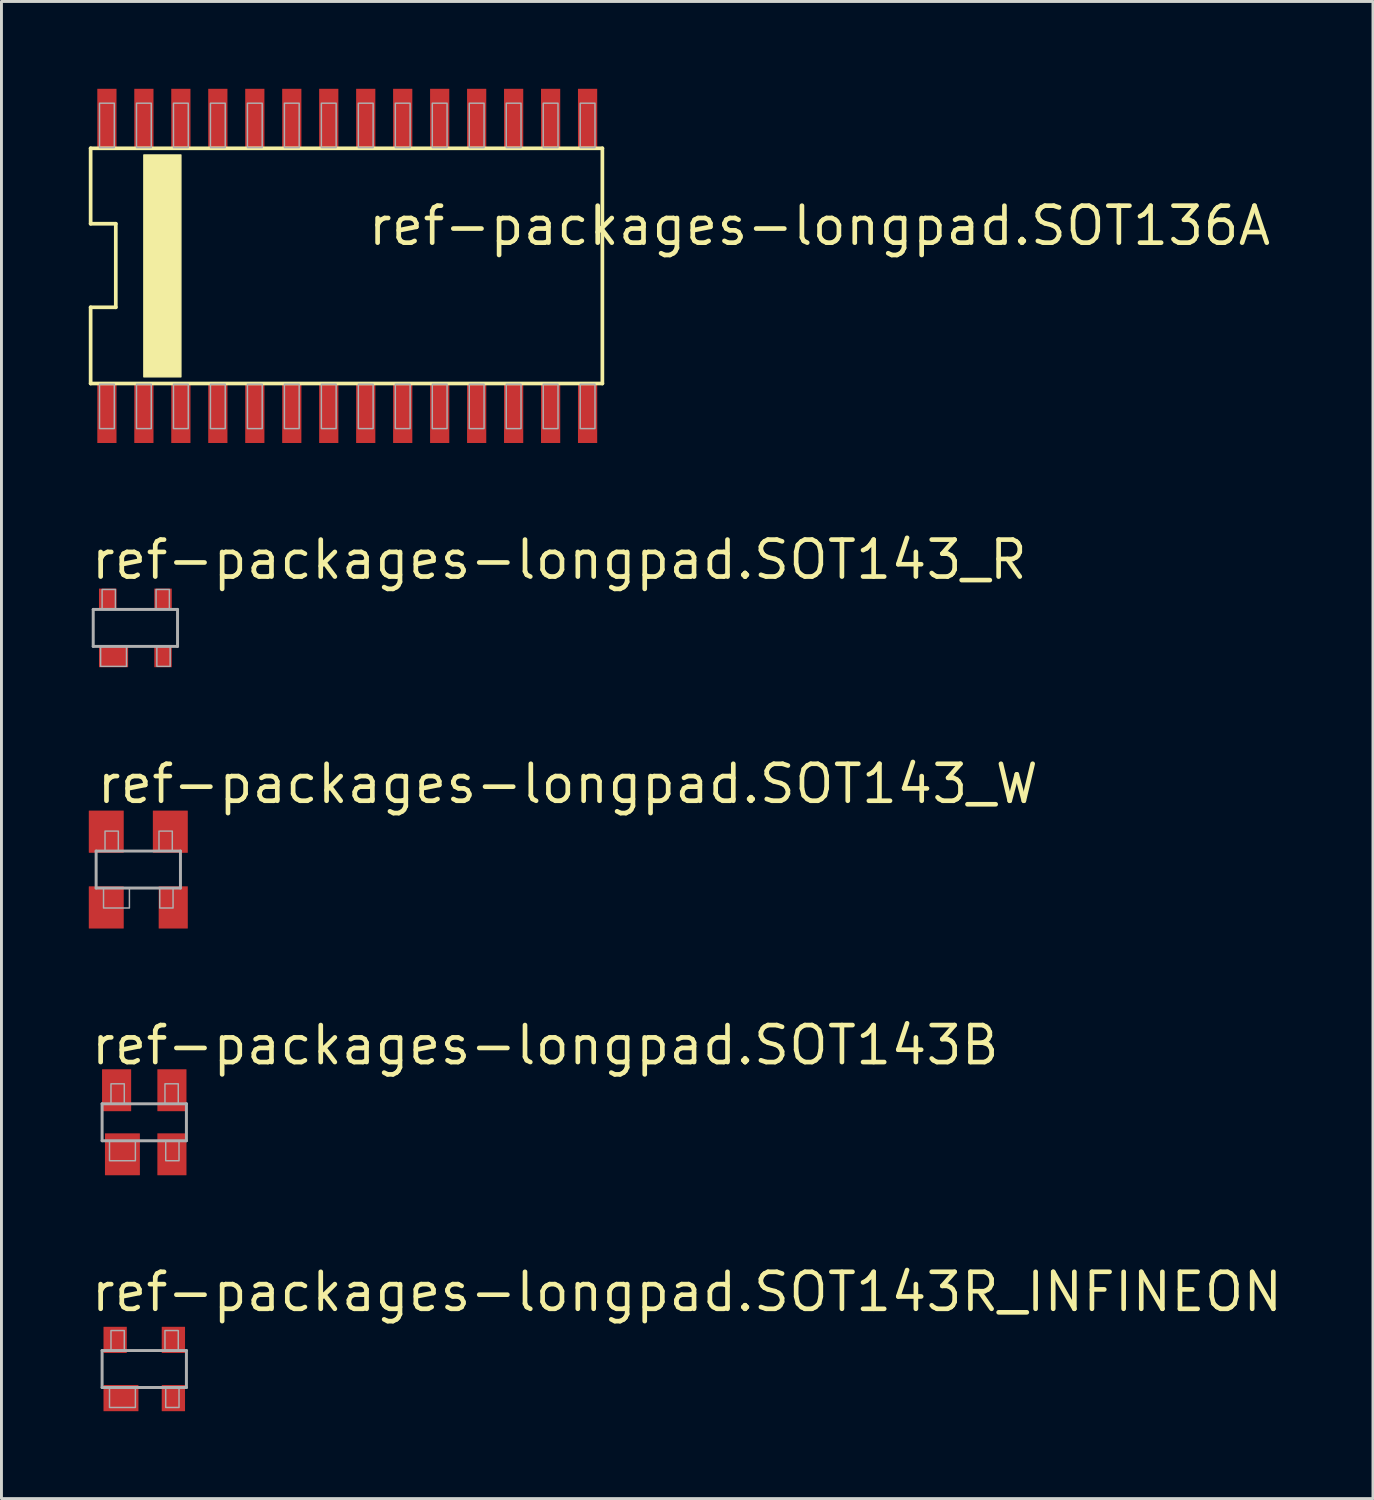
<source format=kicad_pcb>
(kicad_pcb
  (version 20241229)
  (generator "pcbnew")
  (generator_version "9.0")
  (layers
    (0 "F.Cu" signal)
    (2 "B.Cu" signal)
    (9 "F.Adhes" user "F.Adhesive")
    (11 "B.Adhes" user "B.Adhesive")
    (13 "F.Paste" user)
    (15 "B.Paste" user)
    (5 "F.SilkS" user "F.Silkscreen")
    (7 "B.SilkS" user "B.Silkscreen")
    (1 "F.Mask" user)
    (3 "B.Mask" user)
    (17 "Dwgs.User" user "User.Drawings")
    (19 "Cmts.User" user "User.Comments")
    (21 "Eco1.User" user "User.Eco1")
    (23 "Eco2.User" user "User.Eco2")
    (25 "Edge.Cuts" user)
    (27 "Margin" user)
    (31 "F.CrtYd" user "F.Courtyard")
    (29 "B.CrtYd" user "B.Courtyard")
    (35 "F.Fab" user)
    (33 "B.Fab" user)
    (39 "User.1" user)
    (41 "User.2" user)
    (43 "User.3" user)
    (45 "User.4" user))
  (footprint "ref-packages-longpad.SOT143_W"
    (layer "F.Cu")
    (at 1.7 26.817)
    (property "Reference" "ref-packages-longpad.SOT143_W" (at -1.5 -2.2 0) (layer "F.SilkS") (effects (font (size 1.27 1.27) (thickness 0.16)) (justify left bottom)))
    (attr smd)
    (fp_line (start -1.448 -0.635) (end 1.448 -0.635) (stroke (width 0.102) (type default)) (layer "F.Fab"))
    (fp_line (start -1.448 0.635) (end -1.448 -0.635) (stroke (width 0.102) (type default)) (layer "F.Fab"))
    (fp_line (start -1.448 0.635) (end 1.448 0.635) (stroke (width 0.102) (type default)) (layer "F.Fab"))
    (fp_line (start 1.448 0.635) (end 1.448 -0.635) (stroke (width 0.102) (type default)) (layer "F.Fab"))
    (fp_rect (start -1.194 1.321) (end -0.305 0.635) (stroke (width 0.05) (type default)) (fill no) (layer "F.Fab"))
    (fp_rect (start -1.143 -0.635) (end -0.686 -1.321) (stroke (width 0.05) (type default)) (fill no) (layer "F.Fab"))
    (fp_rect (start 0.711 -0.635) (end 1.168 -1.321) (stroke (width 0.05) (type default)) (fill no) (layer "F.Fab"))
    (fp_rect (start 0.737 1.321) (end 1.194 0.635) (stroke (width 0.05) (type default)) (fill no) (layer "F.Fab"))
    (pad "1" smd roundrect (at -1.1 1.3) (size 1.2 1.45) (layers "F.Cu" "F.Mask" "F.Paste") (roundrect_rratio 0.01))
    (pad "2" smd roundrect (at 1.2 1.3) (size 1 1.45) (layers "F.Cu" "F.Mask" "F.Paste") (roundrect_rratio 0.01))
    (pad "3" smd roundrect (at 1.1 -1.3) (size 1.2 1.45) (layers "F.Cu" "F.Mask" "F.Paste") (roundrect_rratio 0.01))
    (pad "4" smd roundrect (at -1.1 -1.3) (size 1.2 1.45) (layers "F.Cu" "F.Mask" "F.Paste") (roundrect_rratio 0.01)))
  (footprint "ref-packages-longpad.SOT143R_INFINEON"
    (layer "F.Cu")
    (at 1.905 43.972)
    (property "Reference" "ref-packages-longpad.SOT143R_INFINEON" (at -1.905 -1.905 0) (layer "F.SilkS") (effects (font (size 1.27 1.27) (thickness 0.16)) (justify left bottom)))
    (attr smd)
    (fp_line (start -1.448 -0.635) (end 1.448 -0.635) (stroke (width 0.102) (type default)) (layer "F.Fab"))
    (fp_line (start -1.448 0.635) (end -1.448 -0.635) (stroke (width 0.102) (type default)) (layer "F.Fab"))
    (fp_line (start 1.448 0.635) (end -1.448 0.635) (stroke (width 0.102) (type default)) (layer "F.Fab"))
    (fp_line (start 1.448 0.635) (end 1.448 -0.635) (stroke (width 0.102) (type default)) (layer "F.Fab"))
    (fp_rect (start -1.194 1.321) (end -0.305 0.635) (stroke (width 0.05) (type default)) (fill no) (layer "F.Fab"))
    (fp_rect (start -1.143 -0.635) (end -0.686 -1.321) (stroke (width 0.05) (type default)) (fill no) (layer "F.Fab"))
    (fp_rect (start 0.711 -0.635) (end 1.168 -1.321) (stroke (width 0.05) (type default)) (fill no) (layer "F.Fab"))
    (fp_rect (start 0.737 1.321) (end 1.194 0.635) (stroke (width 0.05) (type default)) (fill no) (layer "F.Fab"))
    (pad "1" smd roundrect (at -0.8 1) (size 1.2 0.9) (layers "F.Cu" "F.Mask" "F.Paste") (roundrect_rratio 0.01))
    (pad "2" smd roundrect (at 1 1) (size 0.8 0.9) (layers "F.Cu" "F.Mask" "F.Paste") (roundrect_rratio 0.01))
    (pad "3" smd roundrect (at 1 -1) (size 0.8 0.9) (layers "F.Cu" "F.Mask" "F.Paste") (roundrect_rratio 0.01))
    (pad "4" smd roundrect (at -1 -1) (size 0.8 0.9) (layers "F.Cu" "F.Mask" "F.Paste") (roundrect_rratio 0.01)))
  (footprint "ref-packages-longpad.SOT143_R"
    (layer "F.Cu")
    (at 1.6 18.517)
    (property "Reference" "ref-packages-longpad.SOT143_R" (at -1.6 -1.6 0) (layer "F.SilkS") (effects (font (size 1.27 1.27) (thickness 0.16)) (justify left bottom)))
    (attr smd)
    (fp_line (start -1.448 -0.635) (end 1.448 -0.635) (stroke (width 0.102) (type default)) (layer "F.Fab"))
    (fp_line (start -1.448 0.635) (end -1.448 -0.635) (stroke (width 0.102) (type default)) (layer "F.Fab"))
    (fp_line (start -1.448 0.635) (end 1.448 0.635) (stroke (width 0.102) (type default)) (layer "F.Fab"))
    (fp_line (start 1.448 0.635) (end 1.448 -0.635) (stroke (width 0.102) (type default)) (layer "F.Fab"))
    (fp_rect (start -1.194 1.321) (end -0.305 0.635) (stroke (width 0.05) (type default)) (fill no) (layer "F.Fab"))
    (fp_rect (start -1.143 -0.635) (end -0.686 -1.321) (stroke (width 0.05) (type default)) (fill no) (layer "F.Fab"))
    (fp_rect (start 0.711 -0.635) (end 1.168 -1.321) (stroke (width 0.05) (type default)) (fill no) (layer "F.Fab"))
    (fp_rect (start 0.737 1.321) (end 1.194 0.635) (stroke (width 0.05) (type default)) (fill no) (layer "F.Fab"))
    (pad "1" smd roundrect (at -0.75 1) (size 1 0.7) (layers "F.Cu" "F.Mask" "F.Paste") (roundrect_rratio 0.01))
    (pad "2" smd roundrect (at 0.95 1) (size 0.6 0.7) (layers "F.Cu" "F.Mask" "F.Paste") (roundrect_rratio 0.01))
    (pad "3" smd roundrect (at 0.95 -1) (size 0.6 0.7) (layers "F.Cu" "F.Mask" "F.Paste") (roundrect_rratio 0.01))
    (pad "4" smd roundrect (at -0.95 -1) (size 0.6 0.7) (layers "F.Cu" "F.Mask" "F.Paste") (roundrect_rratio 0.01)))
  (footprint "ref-packages-longpad.SOT143B"
    (layer "F.Cu")
    (at 1.905 35.497)
    (property "Reference" "ref-packages-longpad.SOT143B" (at -1.905 -1.905 0) (layer "F.SilkS") (effects (font (size 1.27 1.27) (thickness 0.16)) (justify left bottom)))
    (attr smd)
    (fp_line (start -1.448 -0.635) (end 1.448 -0.635) (stroke (width 0.102) (type default)) (layer "F.Fab"))
    (fp_line (start -1.448 0.635) (end -1.448 -0.635) (stroke (width 0.102) (type default)) (layer "F.Fab"))
    (fp_line (start -1.448 0.635) (end 1.448 0.635) (stroke (width 0.102) (type default)) (layer "F.Fab"))
    (fp_line (start 1.448 0.635) (end 1.448 -0.635) (stroke (width 0.102) (type default)) (layer "F.Fab"))
    (fp_rect (start -1.194 1.321) (end -0.305 0.635) (stroke (width 0.05) (type default)) (fill no) (layer "F.Fab"))
    (fp_rect (start -1.143 -0.635) (end -0.686 -1.321) (stroke (width 0.05) (type default)) (fill no) (layer "F.Fab"))
    (fp_rect (start 0.711 -0.635) (end 1.168 -1.321) (stroke (width 0.05) (type default)) (fill no) (layer "F.Fab"))
    (fp_rect (start 0.737 1.321) (end 1.194 0.635) (stroke (width 0.05) (type default)) (fill no) (layer "F.Fab"))
    (pad "1" smd roundrect (at -0.75 1.1) (size 1.2 1.44) (layers "F.Cu" "F.Mask" "F.Paste") (roundrect_rratio 0.01))
    (pad "2" smd roundrect (at 0.95 1.1) (size 1 1.44) (layers "F.Cu" "F.Mask" "F.Paste") (roundrect_rratio 0.01))
    (pad "3" smd roundrect (at 0.95 -1.1) (size 1 1.44) (layers "F.Cu" "F.Mask" "F.Paste") (roundrect_rratio 0.01))
    (pad "4" smd roundrect (at -0.95 -1.1) (size 1 1.44) (layers "F.Cu" "F.Mask" "F.Paste") (roundrect_rratio 0.01)))
  (footprint "ref-packages-longpad.SOT136A"
    (layer "F.Cu")
    (at 8.877 6.083)
    (property "Reference" "ref-packages-longpad.SOT136A" (at 0.635 -0.635 0) (layer "F.SilkS") (effects (font (size 1.27 1.27) (thickness 0.16)) (justify left bottom)))
    (attr smd)
    (fp_line (start -8.814 -4.039) (end -8.814 -1.448) (stroke (width 0.127) (type default)) (layer "F.SilkS"))
    (fp_line (start -8.814 -1.448) (end -7.95 -1.448) (stroke (width 0.127) (type default)) (layer "F.SilkS"))
    (fp_line (start -8.814 1.422) (end -8.814 4.039) (stroke (width 0.127) (type default)) (layer "F.SilkS"))
    (fp_line (start -8.814 4.039) (end 8.763 4.039) (stroke (width 0.127) (type default)) (layer "F.SilkS"))
    (fp_line (start -7.95 -1.448) (end -7.95 1.422) (stroke (width 0.127) (type default)) (layer "F.SilkS"))
    (fp_line (start -7.95 1.422) (end -8.814 1.422) (stroke (width 0.127) (type default)) (layer "F.SilkS"))
    (fp_line (start 8.763 -4.039) (end -8.814 -4.039) (stroke (width 0.127) (type default)) (layer "F.SilkS"))
    (fp_line (start 8.763 4.039) (end 8.763 -4.039) (stroke (width 0.127) (type default)) (layer "F.SilkS"))
    (fp_rect (start -6.985 3.81) (end -5.715 -3.81) (stroke (width 0.05) (type default)) (fill yes) (layer "F.SilkS"))
    (fp_rect (start -8.509 -4.064) (end -8.001 -5.588) (stroke (width 0.05) (type default)) (fill no) (layer "F.Fab"))
    (fp_rect (start -8.509 5.588) (end -8.001 4.064) (stroke (width 0.05) (type default)) (fill no) (layer "F.Fab"))
    (fp_rect (start -7.239 -4.064) (end -6.731 -5.588) (stroke (width 0.05) (type default)) (fill no) (layer "F.Fab"))
    (fp_rect (start -7.239 5.588) (end -6.731 4.064) (stroke (width 0.05) (type default)) (fill no) (layer "F.Fab"))
    (fp_rect (start -5.969 -4.064) (end -5.461 -5.588) (stroke (width 0.05) (type default)) (fill no) (layer "F.Fab"))
    (fp_rect (start -5.969 5.588) (end -5.461 4.064) (stroke (width 0.05) (type default)) (fill no) (layer "F.Fab"))
    (fp_rect (start -4.699 -4.064) (end -4.191 -5.588) (stroke (width 0.05) (type default)) (fill no) (layer "F.Fab"))
    (fp_rect (start -4.699 5.588) (end -4.191 4.064) (stroke (width 0.05) (type default)) (fill no) (layer "F.Fab"))
    (fp_rect (start -3.429 -4.064) (end -2.921 -5.588) (stroke (width 0.05) (type default)) (fill no) (layer "F.Fab"))
    (fp_rect (start -3.429 5.588) (end -2.921 4.064) (stroke (width 0.05) (type default)) (fill no) (layer "F.Fab"))
    (fp_rect (start -2.159 -4.064) (end -1.651 -5.588) (stroke (width 0.05) (type default)) (fill no) (layer "F.Fab"))
    (fp_rect (start -2.159 5.588) (end -1.651 4.064) (stroke (width 0.05) (type default)) (fill no) (layer "F.Fab"))
    (fp_rect (start -0.889 -4.064) (end -0.381 -5.588) (stroke (width 0.05) (type default)) (fill no) (layer "F.Fab"))
    (fp_rect (start -0.889 5.588) (end -0.381 4.064) (stroke (width 0.05) (type default)) (fill no) (layer "F.Fab"))
    (fp_rect (start 0.381 -4.064) (end 0.889 -5.588) (stroke (width 0.05) (type default)) (fill no) (layer "F.Fab"))
    (fp_rect (start 0.381 5.588) (end 0.889 4.064) (stroke (width 0.05) (type default)) (fill no) (layer "F.Fab"))
    (fp_rect (start 1.651 -4.064) (end 2.159 -5.588) (stroke (width 0.05) (type default)) (fill no) (layer "F.Fab"))
    (fp_rect (start 1.651 5.588) (end 2.159 4.064) (stroke (width 0.05) (type default)) (fill no) (layer "F.Fab"))
    (fp_rect (start 2.921 -4.064) (end 3.429 -5.588) (stroke (width 0.05) (type default)) (fill no) (layer "F.Fab"))
    (fp_rect (start 2.921 5.588) (end 3.429 4.064) (stroke (width 0.05) (type default)) (fill no) (layer "F.Fab"))
    (fp_rect (start 4.191 -4.064) (end 4.699 -5.588) (stroke (width 0.05) (type default)) (fill no) (layer "F.Fab"))
    (fp_rect (start 4.191 5.588) (end 4.699 4.064) (stroke (width 0.05) (type default)) (fill no) (layer "F.Fab"))
    (fp_rect (start 5.461 -4.064) (end 5.969 -5.588) (stroke (width 0.05) (type default)) (fill no) (layer "F.Fab"))
    (fp_rect (start 5.461 5.588) (end 5.969 4.064) (stroke (width 0.05) (type default)) (fill no) (layer "F.Fab"))
    (fp_rect (start 6.731 -4.064) (end 7.239 -5.588) (stroke (width 0.05) (type default)) (fill no) (layer "F.Fab"))
    (fp_rect (start 6.731 5.588) (end 7.239 4.064) (stroke (width 0.05) (type default)) (fill no) (layer "F.Fab"))
    (fp_rect (start 8.001 -4.064) (end 8.509 -5.588) (stroke (width 0.05) (type default)) (fill no) (layer "F.Fab"))
    (fp_rect (start 8.001 5.588) (end 8.509 4.064) (stroke (width 0.05) (type default)) (fill no) (layer "F.Fab"))
    (pad "1" smd roundrect (at -8.255 5.08) (size 0.66 2.007) (layers "F.Cu" "F.Mask" "F.Paste") (roundrect_rratio 0.01))
    (pad "2" smd roundrect (at -6.985 5.08) (size 0.66 2.007) (layers "F.Cu" "F.Mask" "F.Paste") (roundrect_rratio 0.01))
    (pad "3" smd roundrect (at -5.715 5.08) (size 0.66 2.007) (layers "F.Cu" "F.Mask" "F.Paste") (roundrect_rratio 0.01))
    (pad "4" smd roundrect (at -4.445 5.08) (size 0.66 2.007) (layers "F.Cu" "F.Mask" "F.Paste") (roundrect_rratio 0.01))
    (pad "5" smd roundrect (at -3.175 5.08) (size 0.66 2.007) (layers "F.Cu" "F.Mask" "F.Paste") (roundrect_rratio 0.01))
    (pad "6" smd roundrect (at -1.905 5.08) (size 0.66 2.007) (layers "F.Cu" "F.Mask" "F.Paste") (roundrect_rratio 0.01))
    (pad "7" smd roundrect (at -0.635 5.08) (size 0.66 2.007) (layers "F.Cu" "F.Mask" "F.Paste") (roundrect_rratio 0.01))
    (pad "8" smd roundrect (at 0.635 5.08) (size 0.66 2.007) (layers "F.Cu" "F.Mask" "F.Paste") (roundrect_rratio 0.01))
    (pad "9" smd roundrect (at 1.905 5.08) (size 0.66 2.007) (layers "F.Cu" "F.Mask" "F.Paste") (roundrect_rratio 0.01))
    (pad "10" smd roundrect (at 3.175 5.08) (size 0.66 2.007) (layers "F.Cu" "F.Mask" "F.Paste") (roundrect_rratio 0.01))
    (pad "11" smd roundrect (at 4.445 5.08) (size 0.66 2.007) (layers "F.Cu" "F.Mask" "F.Paste") (roundrect_rratio 0.01))
    (pad "12" smd roundrect (at 5.715 5.08) (size 0.66 2.007) (layers "F.Cu" "F.Mask" "F.Paste") (roundrect_rratio 0.01))
    (pad "13" smd roundrect (at 6.985 5.08) (size 0.66 2.007) (layers "F.Cu" "F.Mask" "F.Paste") (roundrect_rratio 0.01))
    (pad "14" smd roundrect (at 8.255 5.08) (size 0.66 2.007) (layers "F.Cu" "F.Mask" "F.Paste") (roundrect_rratio 0.01))
    (pad "15" smd roundrect (at 8.255 -5.08) (size 0.66 2.007) (layers "F.Cu" "F.Mask" "F.Paste") (roundrect_rratio 0.01))
    (pad "16" smd roundrect (at 6.985 -5.08) (size 0.66 2.007) (layers "F.Cu" "F.Mask" "F.Paste") (roundrect_rratio 0.01))
    (pad "17" smd roundrect (at 5.715 -5.08) (size 0.66 2.007) (layers "F.Cu" "F.Mask" "F.Paste") (roundrect_rratio 0.01))
    (pad "18" smd roundrect (at 4.445 -5.08) (size 0.66 2.007) (layers "F.Cu" "F.Mask" "F.Paste") (roundrect_rratio 0.01))
    (pad "19" smd roundrect (at 3.175 -5.08) (size 0.66 2.007) (layers "F.Cu" "F.Mask" "F.Paste") (roundrect_rratio 0.01))
    (pad "20" smd roundrect (at 1.905 -5.08) (size 0.66 2.007) (layers "F.Cu" "F.Mask" "F.Paste") (roundrect_rratio 0.01))
    (pad "21" smd roundrect (at 0.635 -5.08) (size 0.66 2.007) (layers "F.Cu" "F.Mask" "F.Paste") (roundrect_rratio 0.01))
    (pad "22" smd roundrect (at -0.635 -5.08) (size 0.66 2.007) (layers "F.Cu" "F.Mask" "F.Paste") (roundrect_rratio 0.01))
    (pad "23" smd roundrect (at -1.905 -5.08) (size 0.66 2.007) (layers "F.Cu" "F.Mask" "F.Paste") (roundrect_rratio 0.01))
    (pad "24" smd roundrect (at -3.175 -5.08) (size 0.66 2.007) (layers "F.Cu" "F.Mask" "F.Paste") (roundrect_rratio 0.01))
    (pad "25" smd roundrect (at -4.445 -5.08) (size 0.66 2.007) (layers "F.Cu" "F.Mask" "F.Paste") (roundrect_rratio 0.01))
    (pad "26" smd roundrect (at -5.715 -5.08) (size 0.66 2.007) (layers "F.Cu" "F.Mask" "F.Paste") (roundrect_rratio 0.01))
    (pad "27" smd roundrect (at -6.985 -5.08) (size 0.66 2.007) (layers "F.Cu" "F.Mask" "F.Paste") (roundrect_rratio 0.01))
    (pad "28" smd roundrect (at -8.255 -5.08) (size 0.66 2.007) (layers "F.Cu" "F.Mask" "F.Paste") (roundrect_rratio 0.01)))
  (gr_rect
    (start -3 -3)
    (end 44.108 48.422)
    (stroke (width 0.1) (type default))
    (fill no)
    (layer "Edge.Cuts")))
</source>
